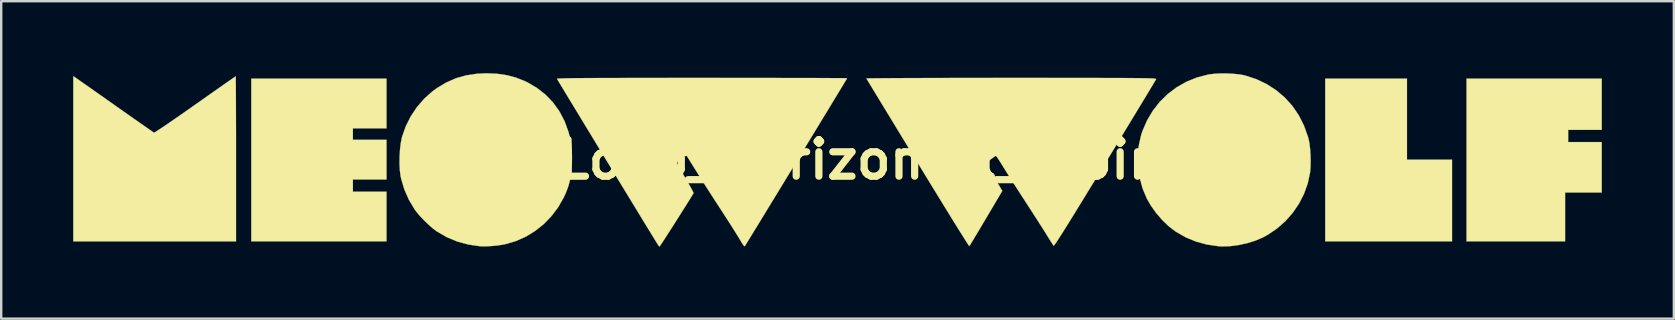
<source format=kicad_pcb>
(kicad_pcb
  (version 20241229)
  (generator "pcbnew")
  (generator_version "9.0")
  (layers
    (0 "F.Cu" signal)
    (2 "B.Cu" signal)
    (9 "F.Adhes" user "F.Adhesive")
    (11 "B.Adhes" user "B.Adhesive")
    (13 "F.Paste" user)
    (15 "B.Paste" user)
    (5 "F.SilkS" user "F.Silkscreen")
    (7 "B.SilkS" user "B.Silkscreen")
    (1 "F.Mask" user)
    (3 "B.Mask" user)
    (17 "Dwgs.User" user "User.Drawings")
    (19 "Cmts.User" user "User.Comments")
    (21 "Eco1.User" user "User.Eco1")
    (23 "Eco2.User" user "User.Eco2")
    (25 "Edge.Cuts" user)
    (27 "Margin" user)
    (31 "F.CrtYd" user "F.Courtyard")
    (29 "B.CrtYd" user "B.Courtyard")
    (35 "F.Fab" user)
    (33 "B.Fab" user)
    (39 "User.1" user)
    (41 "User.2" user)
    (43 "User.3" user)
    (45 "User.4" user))
  (footprint "MW_Logo_Horizontal_2.5inch"
    (layer "F.Cu")
    (at 31.835 3.602)
    (property "Reference" "MW_Logo_Horizontal_2.5inch" (at 0 0 0) (layer "F.SilkS") (effects (font (size 1.524 1.524) (thickness 0.3))))
    (attr through_hole)
    (fp_poly (pts (xy 23.745 0) (xy 25.623 0) (xy 25.623 3.406) (xy 20.339 3.406) (xy 20.339 -3.374) (xy 23.745 -3.374) (xy 23.745 0)) (stroke (width 0.01) (type solid)) (fill yes) (layer "F.SilkS"))
    (fp_poly (pts (xy 31.861 -1.241) (xy 30.461 -1.241) (xy 30.461 -0.732) (xy 31.861 -0.732) (xy 31.861 1.369) (xy 30.334 1.369) (xy 30.334 3.406) (xy 26.228 3.406) (xy 26.228 -3.374) (xy 31.861 -3.374) (xy 31.861 -1.241)) (stroke (width 0.01) (type solid)) (fill yes) (layer "F.SilkS"))
    (fp_poly (pts (xy -18.779 -1.305) (xy -20.18 -1.305) (xy -20.18 -0.828) (xy -18.779 -0.828) (xy -18.779 0.828) (xy -20.18 0.828) (xy -20.18 1.337) (xy -18.779 1.337) (xy -18.779 3.406) (xy -24.413 3.406) (xy -24.413 -3.374) (xy -18.779 -3.374) (xy -18.779 -1.305)) (stroke (width 0.01) (type solid)) (fill yes) (layer "F.SilkS"))
    (fp_poly (pts (xy -31.757 -3.429) (xy -31.718 -3.402) (xy -31.632 -3.342) (xy -31.504 -3.252) (xy -31.338 -3.136) (xy -31.138 -2.996) (xy -30.911 -2.835) (xy -30.659 -2.658) (xy -30.389 -2.468) (xy -30.105 -2.268) (xy -30.093 -2.259) (xy -29.81 -2.06) (xy -29.541 -1.871) (xy -29.292 -1.696) (xy -29.067 -1.539) (xy -28.871 -1.402) (xy -28.708 -1.289) (xy -28.583 -1.202) (xy -28.501 -1.146) (xy -28.466 -1.123) (xy -28.465 -1.123) (xy -28.433 -1.138) (xy -28.354 -1.188) (xy -28.231 -1.268) (xy -28.07 -1.375) (xy -27.875 -1.508) (xy -27.651 -1.662) (xy -27.401 -1.835) (xy -27.131 -2.023) (xy -26.844 -2.225) (xy -26.753 -2.289) (xy -26.463 -2.493) (xy -26.188 -2.687) (xy -25.933 -2.866) (xy -25.703 -3.027) (xy -25.501 -3.169) (xy -25.332 -3.286) (xy -25.201 -3.377) (xy -25.111 -3.439) (xy -25.068 -3.468) (xy -25.064 -3.469) (xy -25.062 -3.438) (xy -25.061 -3.348) (xy -25.059 -3.201) (xy -25.057 -3.004) (xy -25.056 -2.759) (xy -25.054 -2.471) (xy -25.053 -2.144) (xy -25.052 -1.782) (xy -25.051 -1.389) (xy -25.05 -0.97) (xy -25.05 -0.528) (xy -25.05 -0.067) (xy -25.05 -0.032) (xy -25.05 3.406) (xy -31.83 3.406) (xy -31.83 -3.477) (xy -31.757 -3.429)) (stroke (width 0.01) (type solid)) (fill yes) (layer "F.SilkS"))
    (fp_poly (pts (xy 16.237 -3.591) (xy 16.5 -3.578) (xy 16.744 -3.554) (xy 16.949 -3.519) (xy 16.998 -3.507) (xy 17.471 -3.351) (xy 17.907 -3.143) (xy 18.303 -2.886) (xy 18.659 -2.583) (xy 18.971 -2.236) (xy 19.236 -1.847) (xy 19.453 -1.419) (xy 19.619 -0.953) (xy 19.645 -0.86) (xy 19.68 -0.684) (xy 19.707 -0.463) (xy 19.724 -0.216) (xy 19.731 0.038) (xy 19.727 0.281) (xy 19.711 0.494) (xy 19.705 0.545) (xy 19.609 0.994) (xy 19.454 1.426) (xy 19.245 1.835) (xy 18.986 2.215) (xy 18.68 2.562) (xy 18.331 2.869) (xy 17.944 3.131) (xy 17.734 3.245) (xy 17.429 3.375) (xy 17.089 3.481) (xy 16.733 3.559) (xy 16.379 3.606) (xy 16.046 3.617) (xy 15.899 3.609) (xy 15.409 3.538) (xy 14.954 3.415) (xy 14.525 3.238) (xy 14.119 3.005) (xy 14.085 2.982) (xy 13.811 2.771) (xy 13.542 2.512) (xy 13.29 2.22) (xy 13.07 1.911) (xy 12.906 1.625) (xy 12.732 1.212) (xy 12.611 0.775) (xy 12.543 0.324) (xy 12.528 -0.13) (xy 12.568 -0.578) (xy 12.664 -1.011) (xy 12.721 -1.188) (xy 12.913 -1.632) (xy 13.156 -2.04) (xy 13.444 -2.408) (xy 13.774 -2.733) (xy 14.144 -3.012) (xy 14.548 -3.242) (xy 14.983 -3.419) (xy 15.446 -3.541) (xy 15.517 -3.554) (xy 15.726 -3.579) (xy 15.973 -3.591) (xy 16.237 -3.591)) (stroke (width 0.01) (type solid)) (fill yes) (layer "F.SilkS"))
    (fp_poly (pts (xy -14.166 -3.578) (xy -13.76 -3.518) (xy -13.377 -3.416) (xy -13.004 -3.267) (xy -12.899 -3.216) (xy -12.501 -2.982) (xy -12.147 -2.703) (xy -11.838 -2.38) (xy -11.576 -2.015) (xy -11.363 -1.611) (xy -11.2 -1.169) (xy -11.193 -1.143) (xy -11.125 -0.881) (xy -11.08 -0.63) (xy -11.056 -0.37) (xy -11.049 -0.08) (xy -11.053 0.136) (xy -11.076 0.49) (xy -11.122 0.803) (xy -11.196 1.093) (xy -11.302 1.379) (xy -11.393 1.577) (xy -11.625 1.983) (xy -11.904 2.353) (xy -12.224 2.684) (xy -12.581 2.969) (xy -12.968 3.207) (xy -13.381 3.391) (xy -13.814 3.519) (xy -13.947 3.546) (xy -14.143 3.575) (xy -14.358 3.597) (xy -14.571 3.61) (xy -14.76 3.614) (xy -14.88 3.609) (xy -15.372 3.537) (xy -15.83 3.413) (xy -16.262 3.234) (xy -16.671 2.998) (xy -16.695 2.982) (xy -16.854 2.862) (xy -17.033 2.705) (xy -17.217 2.527) (xy -17.39 2.344) (xy -17.535 2.172) (xy -17.598 2.087) (xy -17.843 1.679) (xy -18.034 1.248) (xy -18.167 0.804) (xy -18.193 0.678) (xy -18.223 0.443) (xy -18.237 0.168) (xy -18.234 -0.126) (xy -18.216 -0.42) (xy -18.183 -0.695) (xy -18.136 -0.929) (xy -18.129 -0.955) (xy -17.977 -1.388) (xy -17.769 -1.802) (xy -17.511 -2.188) (xy -17.208 -2.538) (xy -16.866 -2.845) (xy -16.672 -2.985) (xy -16.281 -3.218) (xy -15.88 -3.393) (xy -15.459 -3.512) (xy -15.012 -3.579) (xy -14.61 -3.597) (xy -14.166 -3.578)) (stroke (width 0.01) (type solid)) (fill yes) (layer "F.SilkS"))
    (fp_poly (pts (xy 7.989 -3.406) (xy 8.658 -3.406) (xy 9.269 -3.405) (xy 9.824 -3.405) (xy 10.326 -3.405) (xy 10.777 -3.404) (xy 11.181 -3.403) (xy 11.54 -3.403) (xy 11.855 -3.401) (xy 12.132 -3.4) (xy 12.37 -3.398) (xy 12.574 -3.396) (xy 12.747 -3.394) (xy 12.889 -3.391) (xy 13.005 -3.388) (xy 13.097 -3.385) (xy 13.168 -3.381) (xy 13.22 -3.376) (xy 13.255 -3.372) (xy 13.277 -3.366) (xy 13.288 -3.361) (xy 13.291 -3.354) (xy 13.291 -3.351) (xy 13.272 -3.318) (xy 13.222 -3.233) (xy 13.143 -3.101) (xy 13.036 -2.924) (xy 12.905 -2.706) (xy 12.75 -2.45) (xy 12.574 -2.16) (xy 12.379 -1.838) (xy 12.167 -1.488) (xy 11.939 -1.114) (xy 11.699 -0.718) (xy 11.447 -0.304) (xy 11.186 0.125) (xy 11.163 0.163) (xy 10.832 0.706) (xy 10.533 1.195) (xy 10.265 1.633) (xy 10.026 2.022) (xy 9.816 2.363) (xy 9.633 2.659) (xy 9.476 2.91) (xy 9.344 3.118) (xy 9.237 3.286) (xy 9.152 3.416) (xy 9.089 3.507) (xy 9.047 3.564) (xy 9.025 3.586) (xy 9.021 3.586) (xy 8.993 3.547) (xy 8.938 3.464) (xy 8.865 3.348) (xy 8.78 3.211) (xy 8.753 3.167) (xy 8.681 3.052) (xy 8.58 2.892) (xy 8.455 2.696) (xy 8.313 2.474) (xy 8.158 2.233) (xy 7.997 1.984) (xy 7.836 1.735) (xy 7.672 1.482) (xy 7.508 1.228) (xy 7.351 0.982) (xy 7.205 0.753) (xy 7.076 0.55) (xy 6.971 0.382) (xy 6.898 0.263) (xy 6.808 0.118) (xy 6.729 -0.006) (xy 6.666 -0.098) (xy 6.626 -0.151) (xy 6.616 -0.159) (xy 6.581 -0.141) (xy 6.514 -0.096) (xy 6.428 -0.033) (xy 6.34 0.034) (xy 6.264 0.094) (xy 6.216 0.137) (xy 6.207 0.15) (xy 6.222 0.18) (xy 6.265 0.256) (xy 6.332 0.37) (xy 6.416 0.515) (xy 6.513 0.681) (xy 6.544 0.732) (xy 6.881 1.303) (xy 6.206 2.442) (xy 6.06 2.687) (xy 5.925 2.915) (xy 5.802 3.12) (xy 5.696 3.297) (xy 5.611 3.439) (xy 5.549 3.541) (xy 5.514 3.597) (xy 5.508 3.605) (xy 5.489 3.582) (xy 5.439 3.507) (xy 5.36 3.384) (xy 5.254 3.216) (xy 5.123 3.007) (xy 4.968 2.759) (xy 4.793 2.476) (xy 4.598 2.16) (xy 4.386 1.816) (xy 4.159 1.446) (xy 3.918 1.053) (xy 3.666 0.641) (xy 3.405 0.213) (xy 3.359 0.136) (xy 3.096 -0.296) (xy 2.842 -0.712) (xy 2.6 -1.111) (xy 2.37 -1.488) (xy 2.156 -1.84) (xy 1.958 -2.164) (xy 1.78 -2.457) (xy 1.623 -2.716) (xy 1.488 -2.937) (xy 1.379 -3.118) (xy 1.296 -3.254) (xy 1.242 -3.343) (xy 1.219 -3.381) (xy 1.218 -3.382) (xy 1.248 -3.384) (xy 1.339 -3.387) (xy 1.487 -3.389) (xy 1.69 -3.391) (xy 1.943 -3.393) (xy 2.246 -3.395) (xy 2.593 -3.397) (xy 2.982 -3.399) (xy 3.41 -3.4) (xy 3.875 -3.402) (xy 4.372 -3.403) (xy 4.899 -3.404) (xy 5.452 -3.405) (xy 6.029 -3.405) (xy 6.627 -3.406) (xy 7.242 -3.406) (xy 7.259 -3.406) (xy 7.989 -3.406)) (stroke (width 0.01) (type solid)) (fill yes) (layer "F.SilkS"))
    (fp_poly (pts (xy -5.022 -3.406) (xy -4.423 -3.405) (xy -3.845 -3.405) (xy -3.29 -3.405) (xy -2.762 -3.404) (xy -2.264 -3.403) (xy -1.798 -3.403) (xy -1.368 -3.402) (xy -0.977 -3.401) (xy -0.627 -3.4) (xy -0.323 -3.398) (xy -0.067 -3.397) (xy 0.138 -3.396) (xy 0.288 -3.395) (xy 0.381 -3.393) (xy 0.414 -3.392) (xy 0.414 -3.392) (xy 0.398 -3.363) (xy 0.351 -3.284) (xy 0.275 -3.159) (xy 0.174 -2.991) (xy 0.049 -2.785) (xy -0.098 -2.543) (xy -0.263 -2.271) (xy -0.444 -1.972) (xy -0.64 -1.651) (xy -0.847 -1.31) (xy -1.064 -0.954) (xy -1.287 -0.587) (xy -1.515 -0.212) (xy -1.745 0.166) (xy -1.975 0.543) (xy -2.202 0.915) (xy -2.424 1.279) (xy -2.639 1.631) (xy -2.844 1.966) (xy -3.036 2.282) (xy -3.214 2.573) (xy -3.375 2.836) (xy -3.517 3.067) (xy -3.636 3.262) (xy -3.732 3.417) (xy -3.801 3.529) (xy -3.841 3.593) (xy -3.85 3.607) (xy -3.878 3.596) (xy -3.923 3.542) (xy -3.964 3.479) (xy -4.073 3.296) (xy -4.218 3.061) (xy -4.399 2.774) (xy -4.616 2.435) (xy -4.87 2.043) (xy -4.978 1.878) (xy -5.142 1.625) (xy -5.299 1.382) (xy -5.453 1.141) (xy -5.613 0.889) (xy -5.784 0.617) (xy -5.973 0.315) (xy -6.186 -0.028) (xy -6.262 -0.15) (xy -6.293 -0.159) (xy -6.358 -0.129) (xy -6.461 -0.057) (xy -6.477 -0.045) (xy -6.571 0.028) (xy -6.642 0.088) (xy -6.677 0.124) (xy -6.678 0.127) (xy -6.666 0.161) (xy -6.625 0.242) (xy -6.56 0.361) (xy -6.477 0.509) (xy -6.379 0.679) (xy -6.336 0.752) (xy -6.233 0.929) (xy -6.141 1.089) (xy -6.067 1.224) (xy -6.014 1.324) (xy -5.986 1.382) (xy -5.984 1.391) (xy -6 1.423) (xy -6.047 1.501) (xy -6.119 1.618) (xy -6.213 1.769) (xy -6.324 1.946) (xy -6.447 2.141) (xy -6.578 2.349) (xy -6.713 2.561) (xy -6.848 2.773) (xy -6.978 2.975) (xy -7.098 3.162) (xy -7.204 3.327) (xy -7.293 3.462) (xy -7.359 3.561) (xy -7.397 3.617) (xy -7.403 3.624) (xy -7.423 3.606) (xy -7.465 3.549) (xy -7.491 3.509) (xy -7.532 3.443) (xy -7.602 3.33) (xy -7.698 3.173) (xy -7.818 2.976) (xy -7.961 2.743) (xy -8.122 2.479) (xy -8.3 2.187) (xy -8.493 1.871) (xy -8.697 1.536) (xy -8.911 1.184) (xy -9.133 0.821) (xy -9.358 0.45) (xy -9.587 0.075) (xy -9.815 -0.3) (xy -10.041 -0.671) (xy -10.261 -1.034) (xy -10.475 -1.385) (xy -10.678 -1.72) (xy -10.869 -2.035) (xy -11.046 -2.327) (xy -11.206 -2.59) (xy -11.346 -2.821) (xy -11.464 -3.017) (xy -11.558 -3.172) (xy -11.625 -3.284) (xy -11.664 -3.348) (xy -11.672 -3.362) (xy -11.666 -3.368) (xy -11.643 -3.373) (xy -11.6 -3.377) (xy -11.535 -3.381) (xy -11.445 -3.385) (xy -11.328 -3.388) (xy -11.181 -3.391) (xy -11.002 -3.394) (xy -10.788 -3.396) (xy -10.537 -3.398) (xy -10.247 -3.4) (xy -9.915 -3.401) (xy -9.538 -3.402) (xy -9.114 -3.403) (xy -8.641 -3.404) (xy -8.116 -3.405) (xy -7.536 -3.405) (xy -6.9 -3.406) (xy -6.204 -3.406) (xy -5.637 -3.406) (xy -5.022 -3.406)) (stroke (width 0.01) (type solid)) (fill yes) (layer "F.SilkS")))
  (gr_rect
    (start -3 -3)
    (end 66.701 10.23)
    (stroke (width 0.1) (type default))
    (fill no)
    (layer "Edge.Cuts")))
</source>
